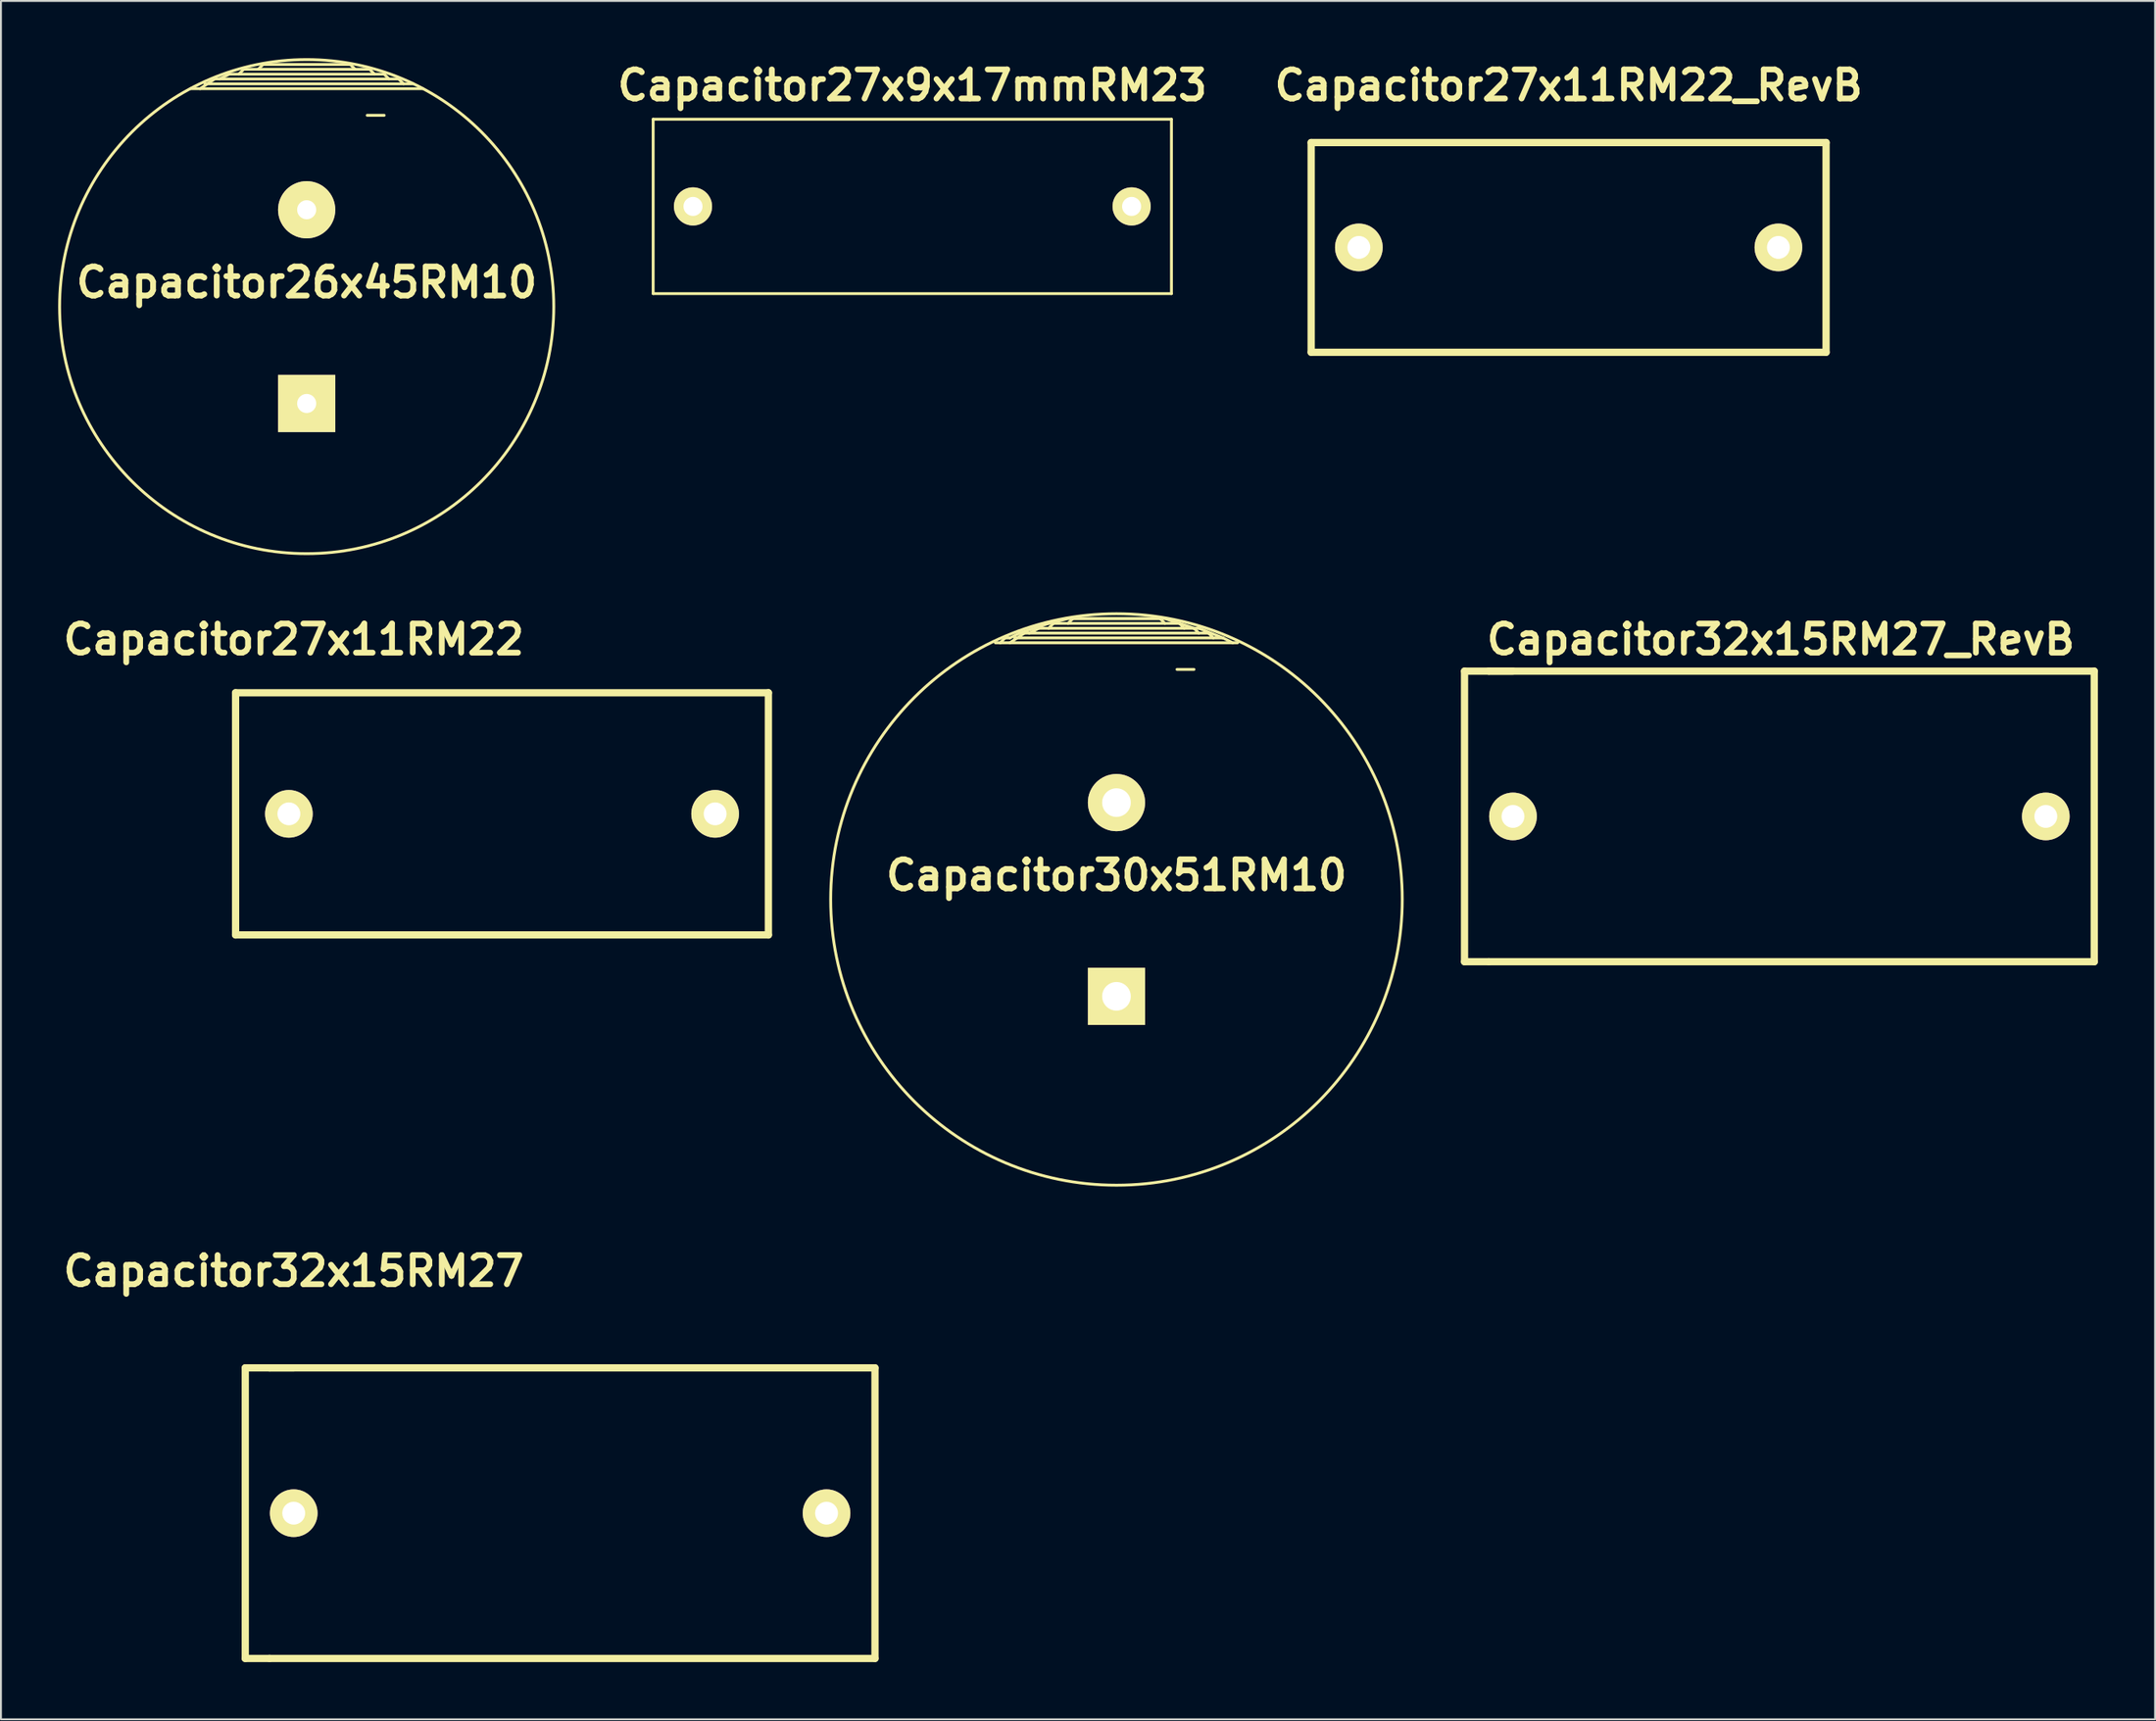
<source format=kicad_pcb>
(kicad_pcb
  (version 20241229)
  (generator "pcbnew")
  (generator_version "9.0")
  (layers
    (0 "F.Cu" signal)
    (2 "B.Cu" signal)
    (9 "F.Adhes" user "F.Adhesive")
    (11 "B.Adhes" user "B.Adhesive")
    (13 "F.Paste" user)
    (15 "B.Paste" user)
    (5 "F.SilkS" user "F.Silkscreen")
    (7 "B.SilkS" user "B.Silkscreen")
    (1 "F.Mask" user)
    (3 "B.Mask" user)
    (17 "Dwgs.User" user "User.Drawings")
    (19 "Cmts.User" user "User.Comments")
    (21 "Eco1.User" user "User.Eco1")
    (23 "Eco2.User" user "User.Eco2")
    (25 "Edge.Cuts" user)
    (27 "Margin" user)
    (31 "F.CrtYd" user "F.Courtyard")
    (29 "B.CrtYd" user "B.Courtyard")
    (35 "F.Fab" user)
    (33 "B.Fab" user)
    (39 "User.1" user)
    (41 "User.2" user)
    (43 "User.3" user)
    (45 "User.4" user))
  (footprint "Capacitor32x15RM27_RevB"
    (layer "F.Cu")
    (at 90.287 39.769)
    (property "Reference" "Capacitor32x15RM27_RevB" (at 0.04 -9.28 0) (layer "F.SilkS") (effects (font (size 1.524 1.524) (thickness 0.305))))
    (attr through_hole)
    (fp_line (start -16.54 -7.62) (end -16.54 7.62) (stroke (width 0.381) (type solid)) (layer "F.SilkS"))
    (fp_line (start -16.54 7.62) (end -15.27 7.62) (stroke (width 0.381) (type solid)) (layer "F.SilkS"))
    (fp_line (start -15.27 -7.62) (end -16.54 -7.62) (stroke (width 0.381) (type solid)) (layer "F.SilkS"))
    (fp_line (start -15.27 7.62) (end 16.48 7.62) (stroke (width 0.381) (type solid)) (layer "F.SilkS"))
    (fp_line (start -14 -7.62) (end -15.27 -7.62) (stroke (width 0.381) (type solid)) (layer "F.SilkS"))
    (fp_line (start 16.48 -7.62) (end -15.27 -7.62) (stroke (width 0.381) (type solid)) (layer "F.SilkS"))
    (fp_line (start 16.48 7.62) (end 16.48 -7.62) (stroke (width 0.381) (type solid)) (layer "F.SilkS"))
    (pad "1" thru_hole circle (at 13.94 0) (size 2.499 2.499) (drill 1.199) (layers "*.Cu" "*.Mask" "F.SilkS"))
    (pad "2" thru_hole circle (at -14 0) (size 2.499 2.499) (drill 1.199) (layers "*.Cu" "*.Mask" "F.SilkS")))
  (footprint "Capacitor32x15RM27"
    (layer "F.Cu")
    (at 12.352 76.311)
    (property "Reference" "Capacitor32x15RM27" (at 0 -12.7 0) (layer "F.SilkS") (effects (font (size 1.524 1.524) (thickness 0.305))))
    (attr through_hole)
    (fp_line (start -2.54 -7.62) (end -2.54 7.62) (stroke (width 0.381) (type solid)) (layer "F.SilkS"))
    (fp_line (start -2.54 7.62) (end -1.27 7.62) (stroke (width 0.381) (type solid)) (layer "F.SilkS"))
    (fp_line (start -1.27 -7.62) (end -2.54 -7.62) (stroke (width 0.381) (type solid)) (layer "F.SilkS"))
    (fp_line (start -1.27 7.62) (end 30.48 7.62) (stroke (width 0.381) (type solid)) (layer "F.SilkS"))
    (fp_line (start 0 -7.62) (end -1.27 -7.62) (stroke (width 0.381) (type solid)) (layer "F.SilkS"))
    (fp_line (start 30.48 -7.62) (end -1.27 -7.62) (stroke (width 0.381) (type solid)) (layer "F.SilkS"))
    (fp_line (start 30.48 7.62) (end 30.48 -7.62) (stroke (width 0.381) (type solid)) (layer "F.SilkS"))
    (pad "1" thru_hole circle (at 27.94 0) (size 2.499 2.499) (drill 1.199) (layers "*.Cu" "*.Mask" "F.SilkS"))
    (pad "2" thru_hole circle (at 0 0) (size 2.499 2.499) (drill 1.199) (layers "*.Cu" "*.Mask" "F.SilkS")))
  (footprint "Capacitor27x11RM22_RevB"
    (layer "F.Cu")
    (at 79.205 9.926)
    (property "Reference" "Capacitor27x11RM22_RevB" (at 0 -8.5 0) (layer "F.SilkS") (effects (font (size 1.524 1.524) (thickness 0.305))))
    (attr through_hole)
    (fp_line (start -13.5 -5.5) (end 13.5 -5.5) (stroke (width 0.381) (type solid)) (layer "F.SilkS"))
    (fp_line (start -13.5 5.5) (end -13.5 -5.5) (stroke (width 0.381) (type solid)) (layer "F.SilkS"))
    (fp_line (start 13.5 -5.5) (end 13.5 5.5) (stroke (width 0.381) (type solid)) (layer "F.SilkS"))
    (fp_line (start 13.5 5.5) (end -13.5 5.5) (stroke (width 0.381) (type solid)) (layer "F.SilkS"))
    (pad "1" thru_hole circle (at -11 0) (size 2.499 2.499) (drill 1.199) (layers "*.Cu" "*.Mask" "F.SilkS"))
    (pad "2" thru_hole circle (at 11 0) (size 2.499 2.499) (drill 1.199) (layers "*.Cu" "*.Mask" "F.SilkS")))
  (footprint "Capacitor30x51RM10"
    (layer "F.Cu")
    (at 55.495 44.124)
    (property "Reference" "Capacitor30x51RM10" (at 0 -1.27 0) (layer "F.SilkS") (effects (font (size 1.524 1.524) (thickness 0.305))))
    (attr through_hole)
    (fp_line (start -6.35 -13.462) (end -6.096 -13.462) (stroke (width 0.15) (type solid)) (layer "F.SilkS"))
    (fp_line (start -6.096 -13.462) (end -5.842 -13.716) (stroke (width 0.15) (type solid)) (layer "F.SilkS"))
    (fp_line (start -5.842 -13.716) (end -5.588 -13.716) (stroke (width 0.15) (type solid)) (layer "F.SilkS"))
    (fp_line (start -5.588 -13.716) (end -5.08 -13.97) (stroke (width 0.15) (type solid)) (layer "F.SilkS"))
    (fp_line (start -5.334 -13.716) (end 5.588 -13.716) (stroke (width 0.15) (type solid)) (layer "F.SilkS"))
    (fp_line (start -5.08 -13.97) (end -3.556 -14.478) (stroke (width 0.15) (type solid)) (layer "F.SilkS"))
    (fp_line (start -4.826 -13.97) (end -5.588 -13.462) (stroke (width 0.15) (type solid)) (layer "F.SilkS"))
    (fp_line (start -4.572 -13.97) (end -4.064 -14.224) (stroke (width 0.15) (type solid)) (layer "F.SilkS"))
    (fp_line (start -4.064 -14.224) (end 4.064 -14.224) (stroke (width 0.15) (type solid)) (layer "F.SilkS"))
    (fp_line (start -3.556 -14.478) (end -2.54 -14.732) (stroke (width 0.15) (type solid)) (layer "F.SilkS"))
    (fp_line (start -3.302 -14.478) (end -3.556 -14.224) (stroke (width 0.15) (type solid)) (layer "F.SilkS"))
    (fp_line (start -2.54 -14.732) (end 2.54 -14.732) (stroke (width 0.15) (type solid)) (layer "F.SilkS"))
    (fp_line (start -2.54 -14.478) (end -2.286 -14.732) (stroke (width 0.15) (type solid)) (layer "F.SilkS"))
    (fp_line (start -2.286 -14.732) (end 2.286 -14.732) (stroke (width 0.15) (type solid)) (layer "F.SilkS"))
    (fp_line (start 2.286 -14.732) (end 2.54 -14.478) (stroke (width 0.15) (type solid)) (layer "F.SilkS"))
    (fp_line (start 2.54 -14.732) (end 4.064 -14.224) (stroke (width 0.15) (type solid)) (layer "F.SilkS"))
    (fp_line (start 3.175 -12.065) (end 4.064 -12.065) (stroke (width 0.15) (type solid)) (layer "F.SilkS"))
    (fp_line (start 3.302 -14.478) (end -3.302 -14.478) (stroke (width 0.15) (type solid)) (layer "F.SilkS"))
    (fp_line (start 3.556 -14.224) (end 3.302 -14.478) (stroke (width 0.15) (type solid)) (layer "F.SilkS"))
    (fp_line (start 4.064 -14.224) (end 4.318 -14.224) (stroke (width 0.15) (type solid)) (layer "F.SilkS"))
    (fp_line (start 4.064 -14.224) (end 4.318 -13.97) (stroke (width 0.15) (type solid)) (layer "F.SilkS"))
    (fp_line (start 4.318 -14.224) (end 5.588 -13.716) (stroke (width 0.15) (type solid)) (layer "F.SilkS"))
    (fp_line (start 4.826 -13.97) (end -4.826 -13.97) (stroke (width 0.15) (type solid)) (layer "F.SilkS"))
    (fp_line (start 5.08 -13.716) (end 4.826 -13.97) (stroke (width 0.15) (type solid)) (layer "F.SilkS"))
    (fp_line (start 5.588 -13.716) (end 6.096 -13.462) (stroke (width 0.15) (type solid)) (layer "F.SilkS"))
    (fp_line (start 6.096 -13.462) (end -6.096 -13.462) (stroke (width 0.15) (type solid)) (layer "F.SilkS"))
    (fp_line (start 6.096 -13.462) (end 6.35 -13.462) (stroke (width 0.15) (type solid)) (layer "F.SilkS"))
    (fp_circle (center 0 0) (end 14.986 0) (stroke (width 0.15) (type solid)) (fill no) (layer "F.SilkS"))
    (pad "1" thru_hole rect (at 0 5.08) (size 3 3) (drill 1.501) (layers "*.Cu" "*.Mask" "F.SilkS"))
    (pad "2" thru_hole circle (at 0 -5.08) (size 3 3) (drill 1.501) (layers "*.Cu" "*.Mask" "F.SilkS")))
  (footprint "Capacitor27x9x17mmRM23"
    (layer "F.Cu")
    (at 44.789 7.776)
    (property "Reference" "Capacitor27x9x17mmRM23" (at 0 -6.35 0) (layer "F.SilkS") (effects (font (size 1.524 1.524) (thickness 0.305))))
    (attr through_hole)
    (fp_line (start -13.589 -4.572) (end -13.589 4.572) (stroke (width 0.15) (type solid)) (layer "F.SilkS"))
    (fp_line (start -13.589 4.572) (end 13.589 4.572) (stroke (width 0.15) (type solid)) (layer "F.SilkS"))
    (fp_line (start 13.589 -4.572) (end -13.589 -4.572) (stroke (width 0.15) (type solid)) (layer "F.SilkS"))
    (fp_line (start 13.589 4.572) (end 13.589 -4.572) (stroke (width 0.15) (type solid)) (layer "F.SilkS"))
    (pad "1" thru_hole circle (at -11.5 0) (size 2 2) (drill 1) (layers "*.Cu" "*.Mask" "F.SilkS"))
    (pad "2" thru_hole circle (at 11.5 0) (size 2 2) (drill 1) (layers "*.Cu" "*.Mask" "F.SilkS")))
  (footprint "Capacitor27x11RM22"
    (layer "F.Cu")
    (at 12.098 39.633)
    (property "Reference" "Capacitor27x11RM22" (at 0.254 -9.144 0) (layer "F.SilkS") (effects (font (size 1.524 1.524) (thickness 0.305))))
    (attr through_hole)
    (fp_line (start -2.794 -6.35) (end -2.794 6.35) (stroke (width 0.381) (type solid)) (layer "F.SilkS"))
    (fp_line (start -2.794 6.35) (end 25.146 6.35) (stroke (width 0.381) (type solid)) (layer "F.SilkS"))
    (fp_line (start 25.146 -6.35) (end -2.794 -6.35) (stroke (width 0.381) (type solid)) (layer "F.SilkS"))
    (fp_line (start 25.146 6.35) (end 25.146 -6.35) (stroke (width 0.381) (type solid)) (layer "F.SilkS"))
    (pad "1" thru_hole circle (at 0 0) (size 2.499 2.499) (drill 1.199) (layers "*.Cu" "*.Mask" "F.SilkS"))
    (pad "2" thru_hole circle (at 22.352 0) (size 2.499 2.499) (drill 1.199) (layers "*.Cu" "*.Mask" "F.SilkS")))
  (footprint "Capacitor26x45RM10"
    (layer "F.Cu")
    (at 13.031 13.031)
    (property "Reference" "Capacitor26x45RM10" (at 0 -1.27 0) (layer "F.SilkS") (effects (font (size 1.524 1.524) (thickness 0.305))))
    (attr through_hole)
    (fp_line (start -5.334 -11.684) (end 5.588 -11.684) (stroke (width 0.15) (type solid)) (layer "F.SilkS"))
    (fp_line (start -4.826 -11.938) (end -5.588 -11.43) (stroke (width 0.15) (type solid)) (layer "F.SilkS"))
    (fp_line (start -4.572 -11.938) (end -4.064 -12.192) (stroke (width 0.15) (type solid)) (layer "F.SilkS"))
    (fp_line (start -4.064 -12.192) (end 4.064 -12.192) (stroke (width 0.15) (type solid)) (layer "F.SilkS"))
    (fp_line (start -3.302 -12.446) (end -3.556 -12.192) (stroke (width 0.15) (type solid)) (layer "F.SilkS"))
    (fp_line (start -2.54 -12.446) (end -2.286 -12.7) (stroke (width 0.15) (type solid)) (layer "F.SilkS"))
    (fp_line (start -2.286 -12.7) (end 2.286 -12.7) (stroke (width 0.15) (type solid)) (layer "F.SilkS"))
    (fp_line (start 2.286 -12.7) (end 2.54 -12.446) (stroke (width 0.15) (type solid)) (layer "F.SilkS"))
    (fp_line (start 3.175 -10.033) (end 4.064 -10.033) (stroke (width 0.15) (type solid)) (layer "F.SilkS"))
    (fp_line (start 3.302 -12.446) (end -3.302 -12.446) (stroke (width 0.15) (type solid)) (layer "F.SilkS"))
    (fp_line (start 3.556 -12.192) (end 3.302 -12.446) (stroke (width 0.15) (type solid)) (layer "F.SilkS"))
    (fp_line (start 4.064 -12.192) (end 4.318 -11.938) (stroke (width 0.15) (type solid)) (layer "F.SilkS"))
    (fp_line (start 4.826 -11.938) (end -4.826 -11.938) (stroke (width 0.15) (type solid)) (layer "F.SilkS"))
    (fp_line (start 5.08 -11.684) (end 4.826 -11.938) (stroke (width 0.15) (type solid)) (layer "F.SilkS"))
    (fp_line (start 6.096 -11.43) (end -6.096 -11.43) (stroke (width 0.15) (type solid)) (layer "F.SilkS"))
    (fp_circle (center 0 0) (end -12.954 -0.254) (stroke (width 0.15) (type solid)) (fill no) (layer "F.SilkS"))
    (pad "1" thru_hole rect (at 0 5.08) (size 3 3) (drill 1.001) (layers "*.Cu" "*.Mask" "F.SilkS"))
    (pad "2" thru_hole circle (at 0 -5.08) (size 3 3) (drill 1.001) (layers "*.Cu" "*.Mask" "F.SilkS")))
  (gr_rect
    (start -3 -3)
    (end 109.957 87.122)
    (stroke (width 0.1) (type default))
    (fill no)
    (layer "Edge.Cuts")))
</source>
